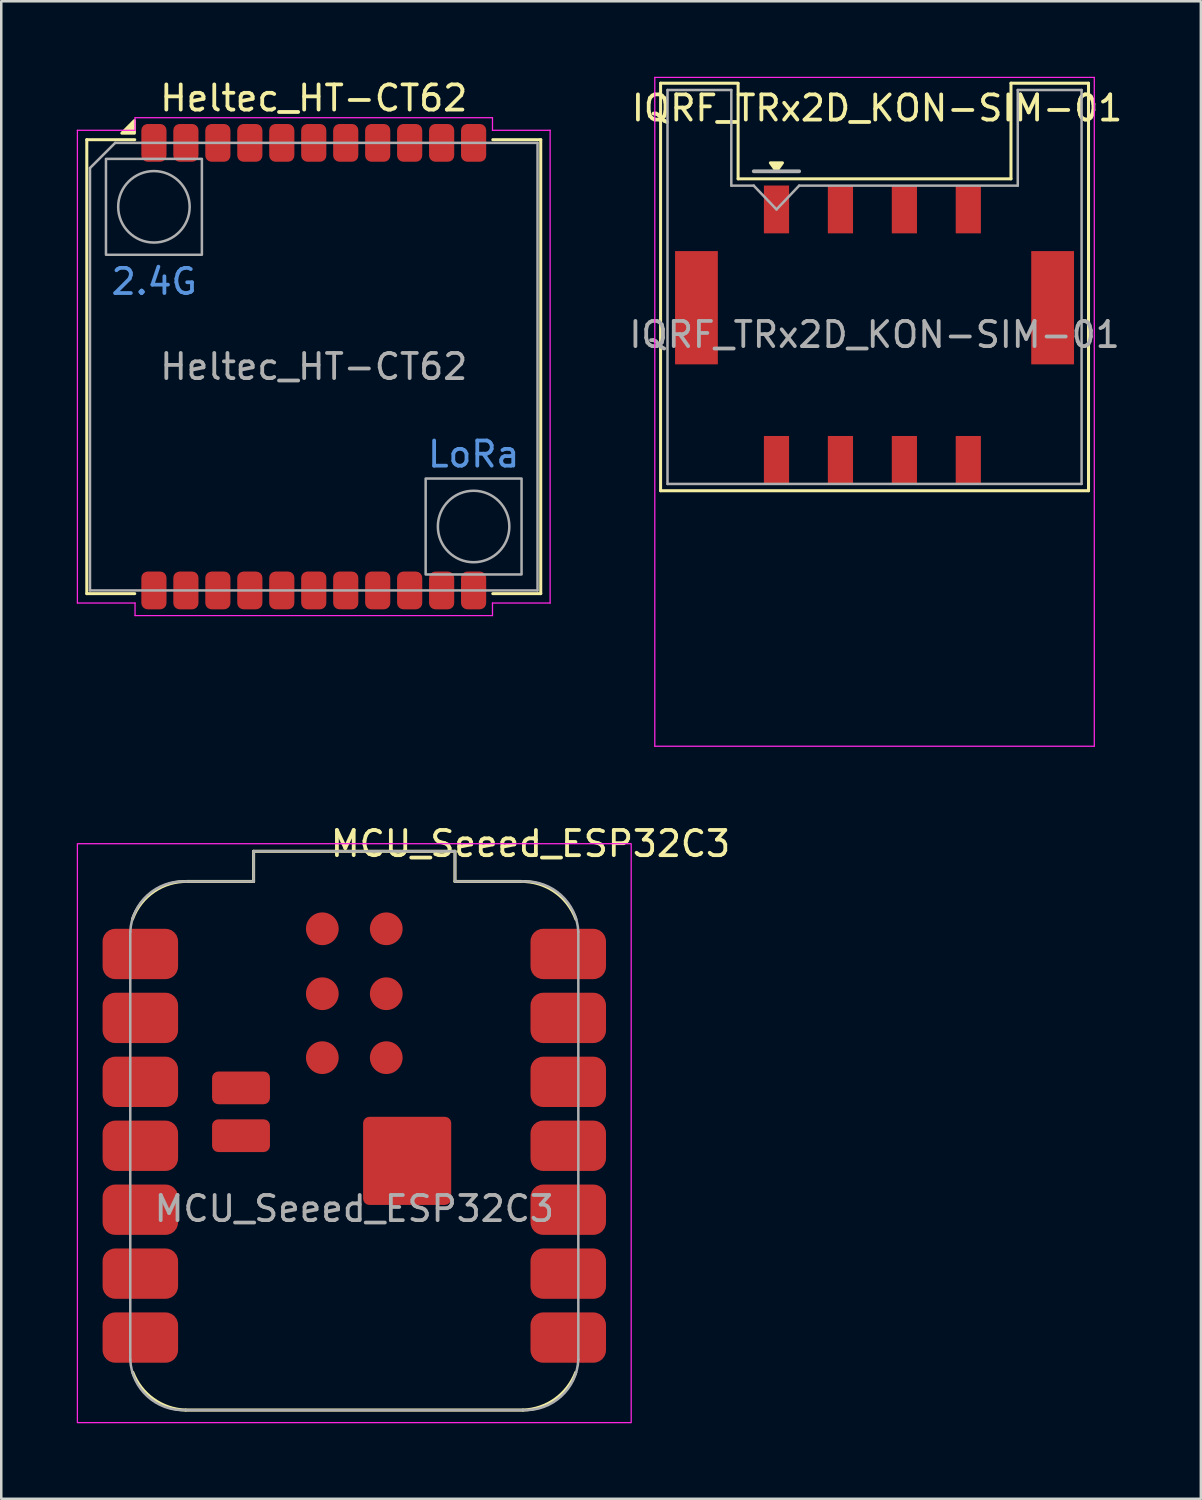
<source format=kicad_pcb>
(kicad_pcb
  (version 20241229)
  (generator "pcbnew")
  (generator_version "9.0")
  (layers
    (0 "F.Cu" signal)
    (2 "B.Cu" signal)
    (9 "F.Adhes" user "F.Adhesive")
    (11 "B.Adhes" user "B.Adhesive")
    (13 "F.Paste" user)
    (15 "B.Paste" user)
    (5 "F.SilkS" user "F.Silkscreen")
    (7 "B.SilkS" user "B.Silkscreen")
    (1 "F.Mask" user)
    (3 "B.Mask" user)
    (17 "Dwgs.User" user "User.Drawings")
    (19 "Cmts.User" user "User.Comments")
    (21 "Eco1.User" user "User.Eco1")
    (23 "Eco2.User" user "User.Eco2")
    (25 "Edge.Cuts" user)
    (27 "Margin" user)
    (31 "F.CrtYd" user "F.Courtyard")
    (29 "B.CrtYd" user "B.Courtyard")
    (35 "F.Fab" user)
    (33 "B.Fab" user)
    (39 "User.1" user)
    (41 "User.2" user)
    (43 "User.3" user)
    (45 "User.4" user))
  (footprint "IQRF_TRx2D_KON-SIM-01"
    (layer "F.Cu")
    (at 31.693 10.245)
    (property "Reference" "IQRF_TRx2D_KON-SIM-01" (at 0.1 -9 0) (layer "F.SilkS") (effects (font (size 1 1) (thickness 0.15))))
    (attr smd)
    (fp_line (start -8.5 -9.99) (end -5.42 -9.99) (stroke (width 0.12) (type solid)) (layer "F.SilkS"))
    (fp_line (start -8.5 6.2) (end -8.5 -9.99) (stroke (width 0.12) (type solid)) (layer "F.SilkS"))
    (fp_line (start -8.5 6.2) (end 8.5 6.2) (stroke (width 0.12) (type solid)) (layer "F.SilkS"))
    (fp_line (start -5.42 -9.98) (end -5.42 -6.19) (stroke (width 0.12) (type solid)) (layer "F.SilkS"))
    (fp_line (start -5.42 -6.19) (end 5.42 -6.19) (stroke (width 0.12) (type solid)) (layer "F.SilkS"))
    (fp_line (start 5.42 -9.99) (end 8.5 -9.99) (stroke (width 0.12) (type solid)) (layer "F.SilkS"))
    (fp_line (start 5.42 -6.19) (end 5.42 -9.99) (stroke (width 0.12) (type solid)) (layer "F.SilkS"))
    (fp_line (start 8.5 6.2) (end 8.5 -9.99) (stroke (width 0.12) (type solid)) (layer "F.SilkS"))
    (fp_poly (pts (xy -3.897 -6.49) (xy -4.138 -6.826) (xy -3.658 -6.826) (xy -3.897 -6.49)) (stroke (width 0.12) (type solid)) (fill yes) (layer "F.SilkS"))
    (fp_line (start -8.73 -10.22) (end 8.73 -10.22) (stroke (width 0.05) (type solid)) (layer "F.CrtYd"))
    (fp_line (start -8.73 16.35) (end -8.73 -10.22) (stroke (width 0.05) (type solid)) (layer "F.CrtYd"))
    (fp_line (start -8.73 16.35) (end 8.73 16.35) (stroke (width 0.05) (type solid)) (layer "F.CrtYd"))
    (fp_line (start 8.73 16.35) (end 8.73 -10.22) (stroke (width 0.05) (type solid)) (layer "F.CrtYd"))
    (fp_line (start -8.225 -9.72) (end -8.225 5.93) (stroke (width 0.1) (type solid)) (layer "F.Fab"))
    (fp_line (start -8.225 -9.72) (end -5.69 -9.72) (stroke (width 0.1) (type solid)) (layer "F.Fab"))
    (fp_line (start -8.225 5.93) (end 8.225 5.93) (stroke (width 0.1) (type solid)) (layer "F.Fab"))
    (fp_line (start -5.69 -9.72) (end -5.69 -5.92) (stroke (width 0.1) (type solid)) (layer "F.Fab"))
    (fp_line (start -5.69 -5.92) (end -4.795 -5.92) (stroke (width 0.1) (type solid)) (layer "F.Fab"))
    (fp_line (start -4.8 -6.49) (end -2.995 -6.49) (stroke (width 0.15) (type solid)) (layer "F.Fab"))
    (fp_line (start -4.8 -5.92) (end -3.895 -4.975) (stroke (width 0.1) (type solid)) (layer "F.Fab"))
    (fp_line (start -3.895 -4.975) (end -2.995 -5.92) (stroke (width 0.1) (type solid)) (layer "F.Fab"))
    (fp_line (start -2.995 -5.92) (end 5.69 -5.92) (stroke (width 0.1) (type solid)) (layer "F.Fab"))
    (fp_line (start 5.69 -9.72) (end 5.69 -5.92) (stroke (width 0.1) (type solid)) (layer "F.Fab"))
    (fp_line (start 5.69 -9.72) (end 8.225 -9.72) (stroke (width 0.1) (type solid)) (layer "F.Fab"))
    (fp_line (start 8.225 5.93) (end 8.225 -9.72) (stroke (width 0.1) (type solid)) (layer "F.Fab"))
    (fp_text user "${REFERENCE}" (at 0 0 0) (layer "F.Fab") (effects (font (size 1 1) (thickness 0.15))))
    (pad "" smd rect (at -7.075 -1.07) (size 1.7 4.5) (layers "F.Cu" "F.Mask" "F.Paste"))
    (pad "" smd rect (at 7.075 -1.07) (size 1.7 4.5) (layers "F.Cu" "F.Mask" "F.Paste"))
    (pad "C1" smd rect (at -3.895 -4.975) (size 1 1.9) (layers "F.Cu" "F.Mask" "F.Paste"))
    (pad "C2" smd rect (at -1.355 -4.975) (size 1 1.9) (layers "F.Cu" "F.Mask" "F.Paste"))
    (pad "C3" smd rect (at 1.185 -4.975) (size 1 1.9) (layers "F.Cu" "F.Mask" "F.Paste"))
    (pad "C4" smd rect (at 3.725 -4.975) (size 1 1.9) (layers "F.Cu" "F.Mask" "F.Paste"))
    (pad "C5" smd rect (at -3.895 4.975) (size 1 1.9) (layers "F.Cu" "F.Mask" "F.Paste"))
    (pad "C6" smd rect (at -1.355 4.975) (size 1 1.9) (layers "F.Cu" "F.Mask" "F.Paste"))
    (pad "C7" smd rect (at 1.185 4.975) (size 1 1.9) (layers "F.Cu" "F.Mask" "F.Paste"))
    (pad "C8" smd rect (at 3.725 4.975) (size 1 1.9) (layers "F.Cu" "F.Mask" "F.Paste")))
  (footprint "Heltec_HT-CT62"
    (layer "F.Cu")
    (at 9.415 11.516)
    (property "Reference" "Heltec_HT-CT62" (at 0 -10.668 0) (layer "F.SilkS") (effects (font (size 1 1) (thickness 0.15))))
    (attr smd)
    (fp_line (start -9.017 -9.017) (end -9.017 9.017) (stroke (width 0.12) (type default)) (layer "F.SilkS"))
    (fp_line (start -9.017 9.017) (end -7.112 9.017) (stroke (width 0.12) (type default)) (layer "F.SilkS"))
    (fp_line (start -7.112 -9.017) (end -9.017 -9.017) (stroke (width 0.12) (type default)) (layer "F.SilkS"))
    (fp_line (start 7.112 -9.017) (end 9.017 -9.017) (stroke (width 0.12) (type default)) (layer "F.SilkS"))
    (fp_line (start 9.017 -9.017) (end 9.017 9.017) (stroke (width 0.12) (type default)) (layer "F.SilkS"))
    (fp_line (start 9.017 9.017) (end 7.112 9.017) (stroke (width 0.12) (type default)) (layer "F.SilkS"))
    (fp_poly (pts (xy -7.125 -9.275) (xy -7.625 -9.275) (xy -7.125 -9.775) (xy -7.125 -9.275)) (stroke (width 0.12) (type solid)) (fill yes) (layer "F.SilkS"))
    (fp_line (start -9.39 -9.39) (end -7.1 -9.39) (stroke (width 0.05) (type default)) (layer "F.CrtYd"))
    (fp_line (start -9.39 9.39) (end -9.39 -9.39) (stroke (width 0.05) (type default)) (layer "F.CrtYd"))
    (fp_line (start -7.1 -9.89) (end 7.1 -9.89) (stroke (width 0.05) (type default)) (layer "F.CrtYd"))
    (fp_line (start -7.1 -9.39) (end -7.1 -9.89) (stroke (width 0.05) (type default)) (layer "F.CrtYd"))
    (fp_line (start -7.1 9.39) (end -9.39 9.39) (stroke (width 0.05) (type default)) (layer "F.CrtYd"))
    (fp_line (start -7.1 9.89) (end -7.1 9.39) (stroke (width 0.05) (type default)) (layer "F.CrtYd"))
    (fp_line (start 7.1 -9.89) (end 7.1 -9.39) (stroke (width 0.05) (type default)) (layer "F.CrtYd"))
    (fp_line (start 7.1 -9.39) (end 9.39 -9.39) (stroke (width 0.05) (type default)) (layer "F.CrtYd"))
    (fp_line (start 7.1 9.39) (end 7.1 9.89) (stroke (width 0.05) (type default)) (layer "F.CrtYd"))
    (fp_line (start 7.1 9.89) (end -7.1 9.89) (stroke (width 0.05) (type default)) (layer "F.CrtYd"))
    (fp_line (start 9.39 -9.39) (end 9.39 9.39) (stroke (width 0.05) (type default)) (layer "F.CrtYd"))
    (fp_line (start 9.39 9.39) (end 7.1 9.39) (stroke (width 0.05) (type default)) (layer "F.CrtYd"))
    (fp_line (start -8.89 -7.89) (end -8.89 8.89) (stroke (width 0.1) (type default)) (layer "F.Fab"))
    (fp_line (start -7.89 -8.89) (end -8.89 -7.89) (stroke (width 0.1) (type default)) (layer "F.Fab"))
    (fp_line (start -7.89 -8.89) (end 8.89 -8.89) (stroke (width 0.1) (type default)) (layer "F.Fab"))
    (fp_line (start 8.89 -8.89) (end 8.89 8.89) (stroke (width 0.1) (type default)) (layer "F.Fab"))
    (fp_line (start 8.89 8.89) (end -8.89 8.89) (stroke (width 0.1) (type default)) (layer "F.Fab"))
    (fp_rect (start -8.255 -8.255) (end -4.445 -4.445) (stroke (width 0.1) (type default)) (fill no) (layer "F.Fab"))
    (fp_rect (start 8.255 4.445) (end 4.445 8.255) (stroke (width 0.1) (type default)) (fill no) (layer "F.Fab"))
    (fp_circle (center -6.35 -6.35) (end -6.985 -5.08) (stroke (width 0.1) (type default)) (fill no) (layer "F.Fab"))
    (fp_circle (center 6.35 6.35) (end 5.715 7.62) (stroke (width 0.1) (type default)) (fill no) (layer "F.Fab"))
    (fp_text user "2.4G" (at -8.128 -2.794 0) (unlocked yes) (layer "Cmts.User") (effects (font (size 1 1) (thickness 0.15)) (justify left bottom)))
    (fp_text user "LoRa" (at 4.445 4.064 0) (unlocked yes) (layer "Cmts.User") (effects (font (size 1 1) (thickness 0.15)) (justify left bottom)))
    (fp_text user "${REFERENCE}" (at 0 0 0) (layer "F.Fab") (effects (font (size 1 1) (thickness 0.15))))
    (pad "1" smd roundrect (at -6.35 -8.89) (size 1 1.5) (layers "F.Cu" "F.Mask" "F.Paste") (roundrect_rratio 0.25))
    (pad "2" smd roundrect (at -5.08 -8.89) (size 1 1.5) (layers "F.Cu" "F.Mask" "F.Paste") (roundrect_rratio 0.25))
    (pad "3" smd roundrect (at -3.81 -8.89) (size 1 1.5) (layers "F.Cu" "F.Mask" "F.Paste") (roundrect_rratio 0.25))
    (pad "4" smd roundrect (at -2.54 -8.89) (size 1 1.5) (layers "F.Cu" "F.Mask" "F.Paste") (roundrect_rratio 0.25))
    (pad "5" smd roundrect (at -1.27 -8.89) (size 1 1.5) (layers "F.Cu" "F.Mask" "F.Paste") (roundrect_rratio 0.25))
    (pad "6" smd roundrect (at 0 -8.89) (size 1 1.5) (layers "F.Cu" "F.Mask" "F.Paste") (roundrect_rratio 0.25))
    (pad "7" smd roundrect (at 1.27 -8.89) (size 1 1.5) (layers "F.Cu" "F.Mask" "F.Paste") (roundrect_rratio 0.25))
    (pad "8" smd roundrect (at 2.54 -8.89) (size 1 1.5) (layers "F.Cu" "F.Mask" "F.Paste") (roundrect_rratio 0.25))
    (pad "9" smd roundrect (at 3.81 -8.89) (size 1 1.5) (layers "F.Cu" "F.Mask" "F.Paste") (roundrect_rratio 0.25))
    (pad "10" smd roundrect (at 5.08 -8.89) (size 1 1.5) (layers "F.Cu" "F.Mask" "F.Paste") (roundrect_rratio 0.25))
    (pad "11" smd roundrect (at 6.35 -8.89) (size 1 1.5) (layers "F.Cu" "F.Mask" "F.Paste") (roundrect_rratio 0.25))
    (pad "12" smd roundrect (at -6.35 8.89) (size 1 1.5) (layers "F.Cu" "F.Mask" "F.Paste") (roundrect_rratio 0.25))
    (pad "13" smd roundrect (at -5.08 8.89) (size 1 1.5) (layers "F.Cu" "F.Mask" "F.Paste") (roundrect_rratio 0.25))
    (pad "14" smd roundrect (at -3.81 8.89) (size 1 1.5) (layers "F.Cu" "F.Mask" "F.Paste") (roundrect_rratio 0.25))
    (pad "15" smd roundrect (at -2.54 8.89) (size 1 1.5) (layers "F.Cu" "F.Mask" "F.Paste") (roundrect_rratio 0.25))
    (pad "16" smd roundrect (at -1.27 8.89) (size 1 1.5) (layers "F.Cu" "F.Mask" "F.Paste") (roundrect_rratio 0.25))
    (pad "17" smd roundrect (at 0 8.89) (size 1 1.5) (layers "F.Cu" "F.Mask" "F.Paste") (roundrect_rratio 0.25))
    (pad "18" smd roundrect (at 1.27 8.89) (size 1 1.5) (layers "F.Cu" "F.Mask" "F.Paste") (roundrect_rratio 0.25))
    (pad "19" smd roundrect (at 2.54 8.89) (size 1 1.5) (layers "F.Cu" "F.Mask" "F.Paste") (roundrect_rratio 0.25))
    (pad "20" smd roundrect (at 3.81 8.89) (size 1 1.5) (layers "F.Cu" "F.Mask" "F.Paste") (roundrect_rratio 0.25))
    (pad "21" smd roundrect (at 5.08 8.89) (size 1 1.5) (layers "F.Cu" "F.Mask" "F.Paste") (roundrect_rratio 0.25))
    (pad "22" smd roundrect (at 6.35 8.89) (size 1 1.5) (layers "F.Cu" "F.Mask" "F.Paste") (roundrect_rratio 0.25)))
  (footprint "MCU_Seeed_ESP32C3"
    (layer "F.Cu")
    (at 11.025 42.468)
    (property "Reference" "MCU_Seeed_ESP32C3" (at 7 -12 0) (unlocked yes) (layer "F.SilkS") (effects (font (size 1 1) (thickness 0.15))))
    (attr smd)
    (fp_line (start -6.7 10.5) (end 6.7 10.5) (stroke (width 0.12) (type default)) (layer "F.SilkS"))
    (fp_line (start -4 -11.7) (end 4 -11.7) (stroke (width 0.12) (type default)) (layer "F.SilkS"))
    (fp_line (start -4 -10.5) (end -6.6 -10.5) (stroke (width 0.12) (type default)) (layer "F.SilkS"))
    (fp_line (start -4 -10.5) (end -4 -11.7) (stroke (width 0.12) (type default)) (layer "F.SilkS"))
    (fp_line (start 4 -11.7) (end 4 -10.5) (stroke (width 0.12) (type default)) (layer "F.SilkS"))
    (fp_line (start 6.6 -10.5) (end 4 -10.5) (stroke (width 0.12) (type default)) (layer "F.SilkS"))
    (fp_arc (start -8.812892 -9.00468) (mid -7.949609 -10.111769) (end -6.600468 -10.499999) (stroke (width 0.12) (type default)) (layer "F.SilkS"))
    (fp_arc (start -6.7 10.5) (mid -7.977232 10.068125) (end -8.8 9) (stroke (width 0.12) (type default)) (layer "F.SilkS"))
    (fp_arc (start 6.6 -10.499999) (mid 7.944325 -10.107116) (end 8.804034 -9.001464) (stroke (width 0.12) (type default)) (layer "F.SilkS"))
    (fp_arc (start 8.8 9) (mid 7.977232 10.068125) (end 6.7 10.5) (stroke (width 0.12) (type default)) (layer "F.SilkS"))
    (fp_rect (start -11 -12) (end 11 11) (stroke (width 0.05) (type default)) (fill no) (layer "F.CrtYd"))
    (fp_line (start -8.9 8.5) (end -8.9 -8.5) (stroke (width 0.1) (type default)) (layer "F.Fab"))
    (fp_line (start -6.7 -10.5) (end -4 -10.5) (stroke (width 0.1) (type default)) (layer "F.Fab"))
    (fp_line (start -4 -11.7) (end 4 -11.7) (stroke (width 0.1) (type default)) (layer "F.Fab"))
    (fp_line (start -4 -10.5) (end -4 -11.7) (stroke (width 0.1) (type default)) (layer "F.Fab"))
    (fp_line (start 4 -11.7) (end 4 -10.5) (stroke (width 0.1) (type default)) (layer "F.Fab"))
    (fp_line (start 4 -10.5) (end 6.7 -10.5) (stroke (width 0.1) (type default)) (layer "F.Fab"))
    (fp_line (start 6.7 10.5) (end -6.7 10.5) (stroke (width 0.1) (type default)) (layer "F.Fab"))
    (fp_line (start 8.9 -8.5) (end 8.9 8.5) (stroke (width 0.1) (type default)) (layer "F.Fab"))
    (fp_arc (start -8.9 -8.5) (mid -8.214214 -9.955635) (end -6.7 -10.5) (stroke (width 0.1) (type default)) (layer "F.Fab"))
    (fp_arc (start -6.7 10.5) (mid -8.214214 9.955635) (end -8.9 8.5) (stroke (width 0.1) (type default)) (layer "F.Fab"))
    (fp_arc (start 6.7 -10.499999) (mid 8.214695 -9.954472) (end 8.9 -8.497676) (stroke (width 0.1) (type default)) (layer "F.Fab"))
    (fp_arc (start 8.9 8.5) (mid 8.214214 9.955635) (end 6.7 10.5) (stroke (width 0.1) (type default)) (layer "F.Fab"))
    (fp_text user "${REFERENCE}" (at 0 2.5 0) (unlocked yes) (layer "F.Fab") (effects (font (size 1 1) (thickness 0.15))))
    (pad "" smd roundrect (at 1.1 -0.4) (size 1.5 1.5) (property pad_prop_heatsink) (layers "F.Paste") (roundrect_rratio 0.167))
    (pad "" smd roundrect (at 1.1 1.6) (size 1.5 1.5) (property pad_prop_heatsink) (layers "F.Paste") (roundrect_rratio 0.167))
    (pad "" smd roundrect (at 3.1 -0.4) (size 1.5 1.5) (property pad_prop_heatsink) (layers "F.Paste") (roundrect_rratio 0.167))
    (pad "" smd roundrect (at 3.1 1.6) (size 1.5 1.5) (property pad_prop_heatsink) (layers "F.Paste") (roundrect_rratio 0.167))
    (pad "1" smd roundrect (at -8.5 -7.62) (size 3 2) (layers "F.Cu" "F.Mask" "F.Paste") (roundrect_rratio 0.25))
    (pad "2" smd roundrect (at -8.5 -5.08) (size 3 2) (layers "F.Cu" "F.Mask" "F.Paste") (roundrect_rratio 0.25))
    (pad "3" smd roundrect (at -8.5 -2.54) (size 3 2) (layers "F.Cu" "F.Mask" "F.Paste") (roundrect_rratio 0.25))
    (pad "4" smd roundrect (at -8.5 0) (size 3 2) (layers "F.Cu" "F.Mask" "F.Paste") (roundrect_rratio 0.25))
    (pad "5" smd roundrect (at -8.5 2.54) (size 3 2) (layers "F.Cu" "F.Mask" "F.Paste") (roundrect_rratio 0.25))
    (pad "6" smd roundrect (at -8.5 5.08) (size 3 2) (layers "F.Cu" "F.Mask" "F.Paste") (roundrect_rratio 0.25))
    (pad "7" smd roundrect (at -8.5 7.62) (size 3 2) (layers "F.Cu" "F.Mask" "F.Paste") (roundrect_rratio 0.25))
    (pad "8" smd roundrect (at 8.5 7.62) (size 3 2) (layers "F.Cu" "F.Mask" "F.Paste") (roundrect_rratio 0.25))
    (pad "9" smd roundrect (at 8.5 5.08) (size 3 2) (layers "F.Cu" "F.Mask" "F.Paste") (roundrect_rratio 0.25))
    (pad "10" smd roundrect (at 8.5 2.54) (size 3 2) (layers "F.Cu" "F.Mask" "F.Paste") (roundrect_rratio 0.25))
    (pad "11" smd roundrect (at 8.5 0) (size 3 2) (layers "F.Cu" "F.Mask" "F.Paste") (roundrect_rratio 0.25))
    (pad "12" smd roundrect (at 8.5 -2.54) (size 3 2) (layers "F.Cu" "F.Mask" "F.Paste") (roundrect_rratio 0.25))
    (pad "13" smd roundrect (at 8.5 -5.08) (size 3 2) (layers "F.Cu" "F.Mask" "F.Paste") (roundrect_rratio 0.25))
    (pad "14" smd roundrect (at 8.5 -7.62) (size 3 2) (layers "F.Cu" "F.Mask" "F.Paste") (roundrect_rratio 0.25))
    (pad "15" smd roundrect (at 2.1 0.6) (size 3.5 3.5) (property pad_prop_heatsink) (layers "F.Cu" "F.Mask") (roundrect_rratio 0.071))
    (pad "16" smd roundrect (at -4.5 -0.4) (size 2.3 1.3) (layers "F.Cu" "F.Mask" "F.Paste") (roundrect_rratio 0.192))
    (pad "17" smd roundrect (at -4.5 -2.3) (size 2.3 1.3) (layers "F.Cu" "F.Mask" "F.Paste") (roundrect_rratio 0.192))
    (pad "18" smd circle (at -1.27 -8.62) (size 1.3 1.3) (layers "F.Cu" "F.Mask" "F.Paste"))
    (pad "19" smd circle (at -1.27 -6.04) (size 1.3 1.3) (layers "F.Cu" "F.Mask" "F.Paste"))
    (pad "20" smd circle (at -1.27 -3.5) (size 1.3 1.3) (layers "F.Cu" "F.Mask" "F.Paste"))
    (pad "21" smd circle (at 1.27 -3.5) (size 1.3 1.3) (layers "F.Cu" "F.Mask" "F.Paste"))
    (pad "22" smd circle (at 1.27 -6.04) (size 1.3 1.3) (layers "F.Cu" "F.Mask" "F.Paste"))
    (pad "23" smd circle (at 1.27 -8.62) (size 1.3 1.3) (layers "F.Cu" "F.Mask" "F.Paste")))
  (gr_rect
    (start -3 -3)
    (end 44.656 56.493)
    (stroke (width 0.1) (type default))
    (fill no)
    (layer "Edge.Cuts")))
</source>
